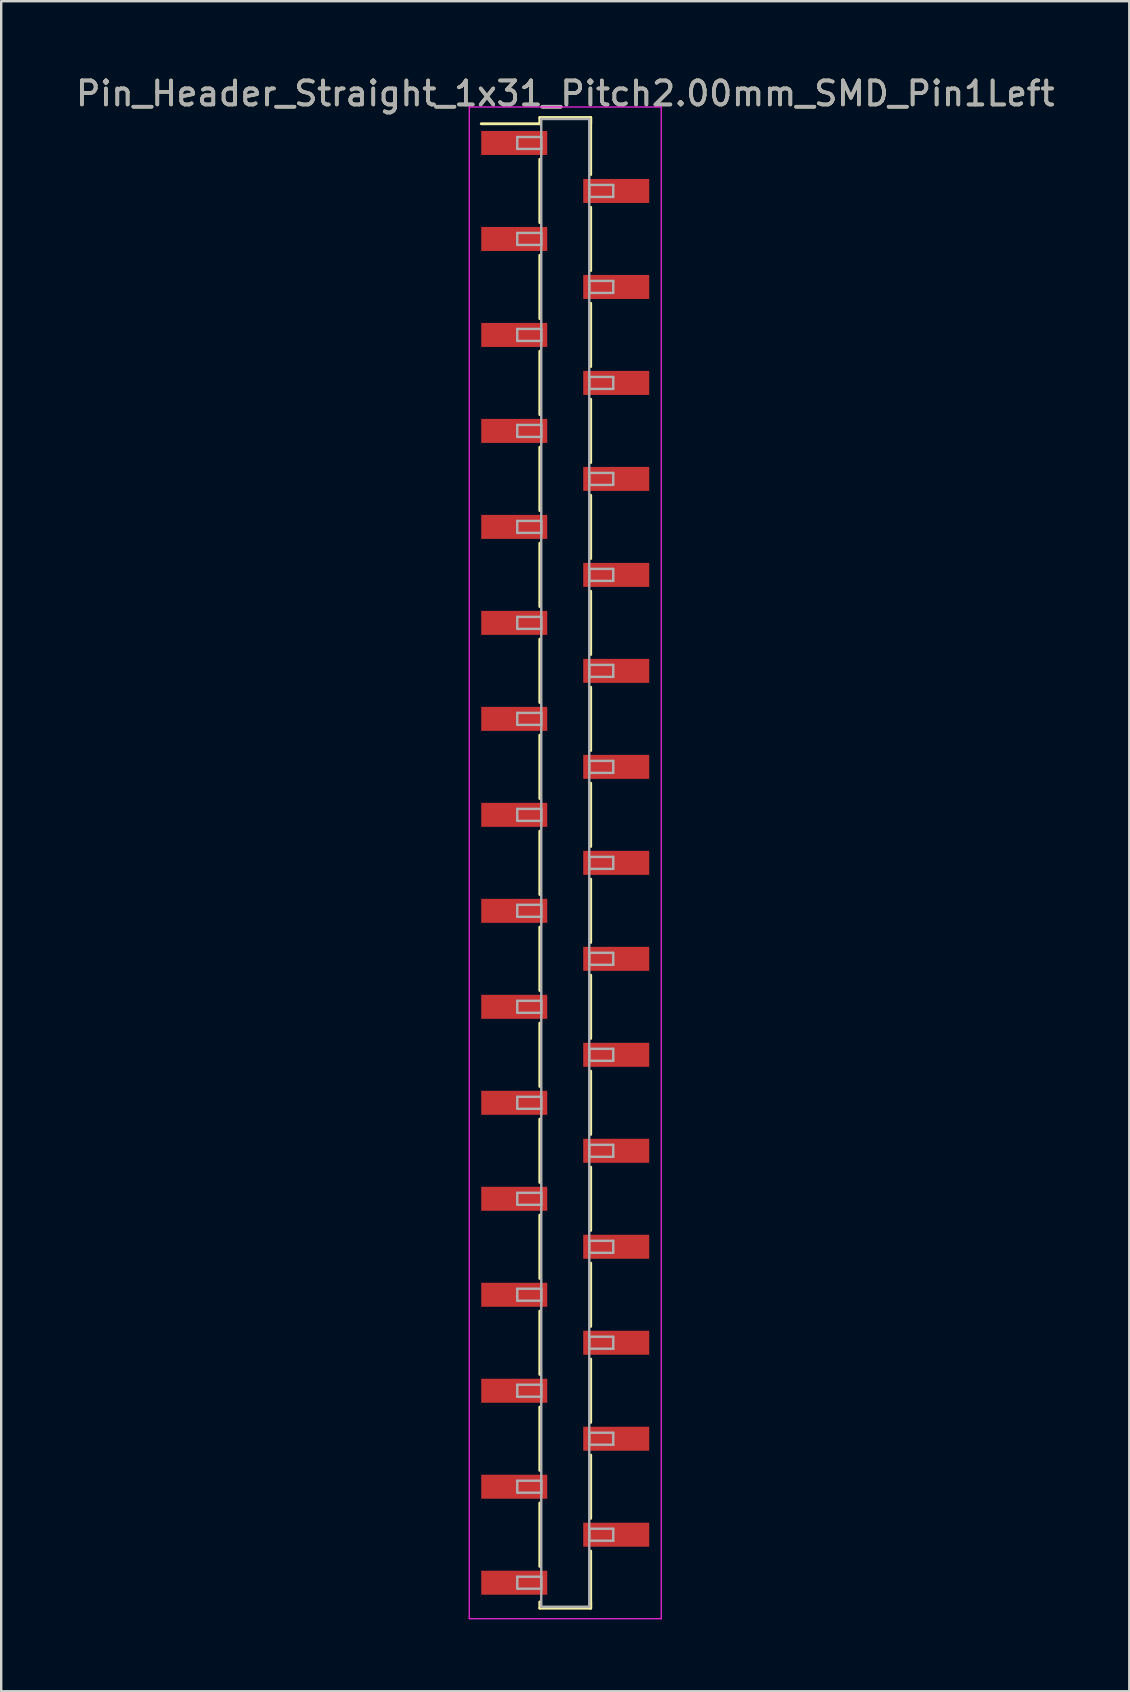
<source format=kicad_pcb>
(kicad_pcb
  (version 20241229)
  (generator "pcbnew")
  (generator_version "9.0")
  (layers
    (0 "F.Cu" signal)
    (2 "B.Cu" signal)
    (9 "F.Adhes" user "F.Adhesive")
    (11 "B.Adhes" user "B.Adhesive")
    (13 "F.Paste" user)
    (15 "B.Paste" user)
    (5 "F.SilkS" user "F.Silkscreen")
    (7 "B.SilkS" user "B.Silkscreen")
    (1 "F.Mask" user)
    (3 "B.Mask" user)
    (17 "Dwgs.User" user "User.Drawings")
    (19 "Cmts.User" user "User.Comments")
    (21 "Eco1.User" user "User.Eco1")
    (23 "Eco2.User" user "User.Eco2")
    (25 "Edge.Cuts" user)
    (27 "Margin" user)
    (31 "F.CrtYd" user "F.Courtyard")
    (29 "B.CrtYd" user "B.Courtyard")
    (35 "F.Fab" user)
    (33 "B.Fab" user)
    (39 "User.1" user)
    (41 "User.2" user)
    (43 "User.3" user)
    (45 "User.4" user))
  (footprint "Pin_Header_Straight_1x31_Pitch2.00mm_SMD_Pin1Left"
    (layer "F.Cu")
    (at 20.506 32.908)
    (property "Reference" "Pin_Header_Straight_1x31_Pitch2.00mm_SMD_Pin1Left" (at 0 -32.06 0) (layer "F.SilkS") (effects (font (size 1 1) (thickness 0.15))))
    (attr smd)
    (fp_line (start -1.06 -31.06) (end 1.06 -31.06) (stroke (width 0.12) (type solid)) (layer "F.SilkS"))
    (fp_line (start -1.06 -30.8) (end -3.5 -30.8) (stroke (width 0.12) (type solid)) (layer "F.SilkS"))
    (fp_line (start -1.06 -30.8) (end -1.06 -31.06) (stroke (width 0.12) (type solid)) (layer "F.SilkS"))
    (fp_line (start -1.06 -29.32) (end -1.06 -26.68) (stroke (width 0.12) (type solid)) (layer "F.SilkS"))
    (fp_line (start -1.06 -25.32) (end -1.06 -22.68) (stroke (width 0.12) (type solid)) (layer "F.SilkS"))
    (fp_line (start -1.06 -21.32) (end -1.06 -18.68) (stroke (width 0.12) (type solid)) (layer "F.SilkS"))
    (fp_line (start -1.06 -17.32) (end -1.06 -14.68) (stroke (width 0.12) (type solid)) (layer "F.SilkS"))
    (fp_line (start -1.06 -13.32) (end -1.06 -10.68) (stroke (width 0.12) (type solid)) (layer "F.SilkS"))
    (fp_line (start -1.06 -9.32) (end -1.06 -6.68) (stroke (width 0.12) (type solid)) (layer "F.SilkS"))
    (fp_line (start -1.06 -5.32) (end -1.06 -2.68) (stroke (width 0.12) (type solid)) (layer "F.SilkS"))
    (fp_line (start -1.06 -1.32) (end -1.06 1.32) (stroke (width 0.12) (type solid)) (layer "F.SilkS"))
    (fp_line (start -1.06 2.68) (end -1.06 5.32) (stroke (width 0.12) (type solid)) (layer "F.SilkS"))
    (fp_line (start -1.06 6.68) (end -1.06 9.32) (stroke (width 0.12) (type solid)) (layer "F.SilkS"))
    (fp_line (start -1.06 10.68) (end -1.06 13.32) (stroke (width 0.12) (type solid)) (layer "F.SilkS"))
    (fp_line (start -1.06 14.68) (end -1.06 17.32) (stroke (width 0.12) (type solid)) (layer "F.SilkS"))
    (fp_line (start -1.06 18.68) (end -1.06 21.32) (stroke (width 0.12) (type solid)) (layer "F.SilkS"))
    (fp_line (start -1.06 22.68) (end -1.06 25.32) (stroke (width 0.12) (type solid)) (layer "F.SilkS"))
    (fp_line (start -1.06 26.68) (end -1.06 29.32) (stroke (width 0.12) (type solid)) (layer "F.SilkS"))
    (fp_line (start -1.06 30.8) (end -1.06 31.06) (stroke (width 0.12) (type solid)) (layer "F.SilkS"))
    (fp_line (start -1.06 31.06) (end 1.06 31.06) (stroke (width 0.12) (type solid)) (layer "F.SilkS"))
    (fp_line (start 1.06 -31.06) (end 1.06 -30.8) (stroke (width 0.12) (type solid)) (layer "F.SilkS"))
    (fp_line (start 1.06 -31.06) (end 1.06 -28.68) (stroke (width 0.12) (type solid)) (layer "F.SilkS"))
    (fp_line (start 1.06 -27.32) (end 1.06 -24.68) (stroke (width 0.12) (type solid)) (layer "F.SilkS"))
    (fp_line (start 1.06 -23.32) (end 1.06 -20.68) (stroke (width 0.12) (type solid)) (layer "F.SilkS"))
    (fp_line (start 1.06 -19.32) (end 1.06 -16.68) (stroke (width 0.12) (type solid)) (layer "F.SilkS"))
    (fp_line (start 1.06 -15.32) (end 1.06 -12.68) (stroke (width 0.12) (type solid)) (layer "F.SilkS"))
    (fp_line (start 1.06 -11.32) (end 1.06 -8.68) (stroke (width 0.12) (type solid)) (layer "F.SilkS"))
    (fp_line (start 1.06 -7.32) (end 1.06 -4.68) (stroke (width 0.12) (type solid)) (layer "F.SilkS"))
    (fp_line (start 1.06 -3.32) (end 1.06 -0.68) (stroke (width 0.12) (type solid)) (layer "F.SilkS"))
    (fp_line (start 1.06 0.68) (end 1.06 3.32) (stroke (width 0.12) (type solid)) (layer "F.SilkS"))
    (fp_line (start 1.06 4.68) (end 1.06 7.32) (stroke (width 0.12) (type solid)) (layer "F.SilkS"))
    (fp_line (start 1.06 8.68) (end 1.06 11.32) (stroke (width 0.12) (type solid)) (layer "F.SilkS"))
    (fp_line (start 1.06 12.68) (end 1.06 15.32) (stroke (width 0.12) (type solid)) (layer "F.SilkS"))
    (fp_line (start 1.06 16.68) (end 1.06 19.32) (stroke (width 0.12) (type solid)) (layer "F.SilkS"))
    (fp_line (start 1.06 20.68) (end 1.06 23.32) (stroke (width 0.12) (type solid)) (layer "F.SilkS"))
    (fp_line (start 1.06 24.68) (end 1.06 27.32) (stroke (width 0.12) (type solid)) (layer "F.SilkS"))
    (fp_line (start 1.06 28.68) (end 1.06 31.06) (stroke (width 0.12) (type solid)) (layer "F.SilkS"))
    (fp_line (start 1.06 31.06) (end 1.06 30.8) (stroke (width 0.12) (type solid)) (layer "F.SilkS"))
    (fp_line (start -4 -31.5) (end -4 31.5) (stroke (width 0.05) (type solid)) (layer "F.CrtYd"))
    (fp_line (start -4 31.5) (end 4 31.5) (stroke (width 0.05) (type solid)) (layer "F.CrtYd"))
    (fp_line (start 4 -31.5) (end -4 -31.5) (stroke (width 0.05) (type solid)) (layer "F.CrtYd"))
    (fp_line (start 4 31.5) (end 4 -31.5) (stroke (width 0.05) (type solid)) (layer "F.CrtYd"))
    (fp_line (start -2 -30.25) (end -1 -30.25) (stroke (width 0.1) (type solid)) (layer "F.Fab"))
    (fp_line (start -2 -29.75) (end -2 -30.25) (stroke (width 0.1) (type solid)) (layer "F.Fab"))
    (fp_line (start -2 -26.25) (end -1 -26.25) (stroke (width 0.1) (type solid)) (layer "F.Fab"))
    (fp_line (start -2 -25.75) (end -2 -26.25) (stroke (width 0.1) (type solid)) (layer "F.Fab"))
    (fp_line (start -2 -22.25) (end -1 -22.25) (stroke (width 0.1) (type solid)) (layer "F.Fab"))
    (fp_line (start -2 -21.75) (end -2 -22.25) (stroke (width 0.1) (type solid)) (layer "F.Fab"))
    (fp_line (start -2 -18.25) (end -1 -18.25) (stroke (width 0.1) (type solid)) (layer "F.Fab"))
    (fp_line (start -2 -17.75) (end -2 -18.25) (stroke (width 0.1) (type solid)) (layer "F.Fab"))
    (fp_line (start -2 -14.25) (end -1 -14.25) (stroke (width 0.1) (type solid)) (layer "F.Fab"))
    (fp_line (start -2 -13.75) (end -2 -14.25) (stroke (width 0.1) (type solid)) (layer "F.Fab"))
    (fp_line (start -2 -10.25) (end -1 -10.25) (stroke (width 0.1) (type solid)) (layer "F.Fab"))
    (fp_line (start -2 -9.75) (end -2 -10.25) (stroke (width 0.1) (type solid)) (layer "F.Fab"))
    (fp_line (start -2 -6.25) (end -1 -6.25) (stroke (width 0.1) (type solid)) (layer "F.Fab"))
    (fp_line (start -2 -5.75) (end -2 -6.25) (stroke (width 0.1) (type solid)) (layer "F.Fab"))
    (fp_line (start -2 -2.25) (end -1 -2.25) (stroke (width 0.1) (type solid)) (layer "F.Fab"))
    (fp_line (start -2 -1.75) (end -2 -2.25) (stroke (width 0.1) (type solid)) (layer "F.Fab"))
    (fp_line (start -2 1.75) (end -1 1.75) (stroke (width 0.1) (type solid)) (layer "F.Fab"))
    (fp_line (start -2 2.25) (end -2 1.75) (stroke (width 0.1) (type solid)) (layer "F.Fab"))
    (fp_line (start -2 5.75) (end -1 5.75) (stroke (width 0.1) (type solid)) (layer "F.Fab"))
    (fp_line (start -2 6.25) (end -2 5.75) (stroke (width 0.1) (type solid)) (layer "F.Fab"))
    (fp_line (start -2 9.75) (end -1 9.75) (stroke (width 0.1) (type solid)) (layer "F.Fab"))
    (fp_line (start -2 10.25) (end -2 9.75) (stroke (width 0.1) (type solid)) (layer "F.Fab"))
    (fp_line (start -2 13.75) (end -1 13.75) (stroke (width 0.1) (type solid)) (layer "F.Fab"))
    (fp_line (start -2 14.25) (end -2 13.75) (stroke (width 0.1) (type solid)) (layer "F.Fab"))
    (fp_line (start -2 17.75) (end -1 17.75) (stroke (width 0.1) (type solid)) (layer "F.Fab"))
    (fp_line (start -2 18.25) (end -2 17.75) (stroke (width 0.1) (type solid)) (layer "F.Fab"))
    (fp_line (start -2 21.75) (end -1 21.75) (stroke (width 0.1) (type solid)) (layer "F.Fab"))
    (fp_line (start -2 22.25) (end -2 21.75) (stroke (width 0.1) (type solid)) (layer "F.Fab"))
    (fp_line (start -2 25.75) (end -1 25.75) (stroke (width 0.1) (type solid)) (layer "F.Fab"))
    (fp_line (start -2 26.25) (end -2 25.75) (stroke (width 0.1) (type solid)) (layer "F.Fab"))
    (fp_line (start -2 29.75) (end -1 29.75) (stroke (width 0.1) (type solid)) (layer "F.Fab"))
    (fp_line (start -2 30.25) (end -2 29.75) (stroke (width 0.1) (type solid)) (layer "F.Fab"))
    (fp_line (start -1 -31) (end -1 31) (stroke (width 0.1) (type solid)) (layer "F.Fab"))
    (fp_line (start -1 -30.25) (end -1 -29.75) (stroke (width 0.1) (type solid)) (layer "F.Fab"))
    (fp_line (start -1 -29.75) (end -2 -29.75) (stroke (width 0.1) (type solid)) (layer "F.Fab"))
    (fp_line (start -1 -26.25) (end -1 -25.75) (stroke (width 0.1) (type solid)) (layer "F.Fab"))
    (fp_line (start -1 -25.75) (end -2 -25.75) (stroke (width 0.1) (type solid)) (layer "F.Fab"))
    (fp_line (start -1 -22.25) (end -1 -21.75) (stroke (width 0.1) (type solid)) (layer "F.Fab"))
    (fp_line (start -1 -21.75) (end -2 -21.75) (stroke (width 0.1) (type solid)) (layer "F.Fab"))
    (fp_line (start -1 -18.25) (end -1 -17.75) (stroke (width 0.1) (type solid)) (layer "F.Fab"))
    (fp_line (start -1 -17.75) (end -2 -17.75) (stroke (width 0.1) (type solid)) (layer "F.Fab"))
    (fp_line (start -1 -14.25) (end -1 -13.75) (stroke (width 0.1) (type solid)) (layer "F.Fab"))
    (fp_line (start -1 -13.75) (end -2 -13.75) (stroke (width 0.1) (type solid)) (layer "F.Fab"))
    (fp_line (start -1 -10.25) (end -1 -9.75) (stroke (width 0.1) (type solid)) (layer "F.Fab"))
    (fp_line (start -1 -9.75) (end -2 -9.75) (stroke (width 0.1) (type solid)) (layer "F.Fab"))
    (fp_line (start -1 -6.25) (end -1 -5.75) (stroke (width 0.1) (type solid)) (layer "F.Fab"))
    (fp_line (start -1 -5.75) (end -2 -5.75) (stroke (width 0.1) (type solid)) (layer "F.Fab"))
    (fp_line (start -1 -2.25) (end -1 -1.75) (stroke (width 0.1) (type solid)) (layer "F.Fab"))
    (fp_line (start -1 -1.75) (end -2 -1.75) (stroke (width 0.1) (type solid)) (layer "F.Fab"))
    (fp_line (start -1 1.75) (end -1 2.25) (stroke (width 0.1) (type solid)) (layer "F.Fab"))
    (fp_line (start -1 2.25) (end -2 2.25) (stroke (width 0.1) (type solid)) (layer "F.Fab"))
    (fp_line (start -1 5.75) (end -1 6.25) (stroke (width 0.1) (type solid)) (layer "F.Fab"))
    (fp_line (start -1 6.25) (end -2 6.25) (stroke (width 0.1) (type solid)) (layer "F.Fab"))
    (fp_line (start -1 9.75) (end -1 10.25) (stroke (width 0.1) (type solid)) (layer "F.Fab"))
    (fp_line (start -1 10.25) (end -2 10.25) (stroke (width 0.1) (type solid)) (layer "F.Fab"))
    (fp_line (start -1 13.75) (end -1 14.25) (stroke (width 0.1) (type solid)) (layer "F.Fab"))
    (fp_line (start -1 14.25) (end -2 14.25) (stroke (width 0.1) (type solid)) (layer "F.Fab"))
    (fp_line (start -1 17.75) (end -1 18.25) (stroke (width 0.1) (type solid)) (layer "F.Fab"))
    (fp_line (start -1 18.25) (end -2 18.25) (stroke (width 0.1) (type solid)) (layer "F.Fab"))
    (fp_line (start -1 21.75) (end -1 22.25) (stroke (width 0.1) (type solid)) (layer "F.Fab"))
    (fp_line (start -1 22.25) (end -2 22.25) (stroke (width 0.1) (type solid)) (layer "F.Fab"))
    (fp_line (start -1 25.75) (end -1 26.25) (stroke (width 0.1) (type solid)) (layer "F.Fab"))
    (fp_line (start -1 26.25) (end -2 26.25) (stroke (width 0.1) (type solid)) (layer "F.Fab"))
    (fp_line (start -1 29.75) (end -1 30.25) (stroke (width 0.1) (type solid)) (layer "F.Fab"))
    (fp_line (start -1 30.25) (end -2 30.25) (stroke (width 0.1) (type solid)) (layer "F.Fab"))
    (fp_line (start -1 31) (end 1 31) (stroke (width 0.1) (type solid)) (layer "F.Fab"))
    (fp_line (start 1 -31) (end -1 -31) (stroke (width 0.1) (type solid)) (layer "F.Fab"))
    (fp_line (start 1 -28.25) (end 1 -27.75) (stroke (width 0.1) (type solid)) (layer "F.Fab"))
    (fp_line (start 1 -27.75) (end 2 -27.75) (stroke (width 0.1) (type solid)) (layer "F.Fab"))
    (fp_line (start 1 -24.25) (end 1 -23.75) (stroke (width 0.1) (type solid)) (layer "F.Fab"))
    (fp_line (start 1 -23.75) (end 2 -23.75) (stroke (width 0.1) (type solid)) (layer "F.Fab"))
    (fp_line (start 1 -20.25) (end 1 -19.75) (stroke (width 0.1) (type solid)) (layer "F.Fab"))
    (fp_line (start 1 -19.75) (end 2 -19.75) (stroke (width 0.1) (type solid)) (layer "F.Fab"))
    (fp_line (start 1 -16.25) (end 1 -15.75) (stroke (width 0.1) (type solid)) (layer "F.Fab"))
    (fp_line (start 1 -15.75) (end 2 -15.75) (stroke (width 0.1) (type solid)) (layer "F.Fab"))
    (fp_line (start 1 -12.25) (end 1 -11.75) (stroke (width 0.1) (type solid)) (layer "F.Fab"))
    (fp_line (start 1 -11.75) (end 2 -11.75) (stroke (width 0.1) (type solid)) (layer "F.Fab"))
    (fp_line (start 1 -8.25) (end 1 -7.75) (stroke (width 0.1) (type solid)) (layer "F.Fab"))
    (fp_line (start 1 -7.75) (end 2 -7.75) (stroke (width 0.1) (type solid)) (layer "F.Fab"))
    (fp_line (start 1 -4.25) (end 1 -3.75) (stroke (width 0.1) (type solid)) (layer "F.Fab"))
    (fp_line (start 1 -3.75) (end 2 -3.75) (stroke (width 0.1) (type solid)) (layer "F.Fab"))
    (fp_line (start 1 -0.25) (end 1 0.25) (stroke (width 0.1) (type solid)) (layer "F.Fab"))
    (fp_line (start 1 0.25) (end 2 0.25) (stroke (width 0.1) (type solid)) (layer "F.Fab"))
    (fp_line (start 1 3.75) (end 1 4.25) (stroke (width 0.1) (type solid)) (layer "F.Fab"))
    (fp_line (start 1 4.25) (end 2 4.25) (stroke (width 0.1) (type solid)) (layer "F.Fab"))
    (fp_line (start 1 7.75) (end 1 8.25) (stroke (width 0.1) (type solid)) (layer "F.Fab"))
    (fp_line (start 1 8.25) (end 2 8.25) (stroke (width 0.1) (type solid)) (layer "F.Fab"))
    (fp_line (start 1 11.75) (end 1 12.25) (stroke (width 0.1) (type solid)) (layer "F.Fab"))
    (fp_line (start 1 12.25) (end 2 12.25) (stroke (width 0.1) (type solid)) (layer "F.Fab"))
    (fp_line (start 1 15.75) (end 1 16.25) (stroke (width 0.1) (type solid)) (layer "F.Fab"))
    (fp_line (start 1 16.25) (end 2 16.25) (stroke (width 0.1) (type solid)) (layer "F.Fab"))
    (fp_line (start 1 19.75) (end 1 20.25) (stroke (width 0.1) (type solid)) (layer "F.Fab"))
    (fp_line (start 1 20.25) (end 2 20.25) (stroke (width 0.1) (type solid)) (layer "F.Fab"))
    (fp_line (start 1 23.75) (end 1 24.25) (stroke (width 0.1) (type solid)) (layer "F.Fab"))
    (fp_line (start 1 24.25) (end 2 24.25) (stroke (width 0.1) (type solid)) (layer "F.Fab"))
    (fp_line (start 1 27.75) (end 1 28.25) (stroke (width 0.1) (type solid)) (layer "F.Fab"))
    (fp_line (start 1 28.25) (end 2 28.25) (stroke (width 0.1) (type solid)) (layer "F.Fab"))
    (fp_line (start 1 31) (end 1 -31) (stroke (width 0.1) (type solid)) (layer "F.Fab"))
    (fp_line (start 2 -28.25) (end 1 -28.25) (stroke (width 0.1) (type solid)) (layer "F.Fab"))
    (fp_line (start 2 -27.75) (end 2 -28.25) (stroke (width 0.1) (type solid)) (layer "F.Fab"))
    (fp_line (start 2 -24.25) (end 1 -24.25) (stroke (width 0.1) (type solid)) (layer "F.Fab"))
    (fp_line (start 2 -23.75) (end 2 -24.25) (stroke (width 0.1) (type solid)) (layer "F.Fab"))
    (fp_line (start 2 -20.25) (end 1 -20.25) (stroke (width 0.1) (type solid)) (layer "F.Fab"))
    (fp_line (start 2 -19.75) (end 2 -20.25) (stroke (width 0.1) (type solid)) (layer "F.Fab"))
    (fp_line (start 2 -16.25) (end 1 -16.25) (stroke (width 0.1) (type solid)) (layer "F.Fab"))
    (fp_line (start 2 -15.75) (end 2 -16.25) (stroke (width 0.1) (type solid)) (layer "F.Fab"))
    (fp_line (start 2 -12.25) (end 1 -12.25) (stroke (width 0.1) (type solid)) (layer "F.Fab"))
    (fp_line (start 2 -11.75) (end 2 -12.25) (stroke (width 0.1) (type solid)) (layer "F.Fab"))
    (fp_line (start 2 -8.25) (end 1 -8.25) (stroke (width 0.1) (type solid)) (layer "F.Fab"))
    (fp_line (start 2 -7.75) (end 2 -8.25) (stroke (width 0.1) (type solid)) (layer "F.Fab"))
    (fp_line (start 2 -4.25) (end 1 -4.25) (stroke (width 0.1) (type solid)) (layer "F.Fab"))
    (fp_line (start 2 -3.75) (end 2 -4.25) (stroke (width 0.1) (type solid)) (layer "F.Fab"))
    (fp_line (start 2 -0.25) (end 1 -0.25) (stroke (width 0.1) (type solid)) (layer "F.Fab"))
    (fp_line (start 2 0.25) (end 2 -0.25) (stroke (width 0.1) (type solid)) (layer "F.Fab"))
    (fp_line (start 2 3.75) (end 1 3.75) (stroke (width 0.1) (type solid)) (layer "F.Fab"))
    (fp_line (start 2 4.25) (end 2 3.75) (stroke (width 0.1) (type solid)) (layer "F.Fab"))
    (fp_line (start 2 7.75) (end 1 7.75) (stroke (width 0.1) (type solid)) (layer "F.Fab"))
    (fp_line (start 2 8.25) (end 2 7.75) (stroke (width 0.1) (type solid)) (layer "F.Fab"))
    (fp_line (start 2 11.75) (end 1 11.75) (stroke (width 0.1) (type solid)) (layer "F.Fab"))
    (fp_line (start 2 12.25) (end 2 11.75) (stroke (width 0.1) (type solid)) (layer "F.Fab"))
    (fp_line (start 2 15.75) (end 1 15.75) (stroke (width 0.1) (type solid)) (layer "F.Fab"))
    (fp_line (start 2 16.25) (end 2 15.75) (stroke (width 0.1) (type solid)) (layer "F.Fab"))
    (fp_line (start 2 19.75) (end 1 19.75) (stroke (width 0.1) (type solid)) (layer "F.Fab"))
    (fp_line (start 2 20.25) (end 2 19.75) (stroke (width 0.1) (type solid)) (layer "F.Fab"))
    (fp_line (start 2 23.75) (end 1 23.75) (stroke (width 0.1) (type solid)) (layer "F.Fab"))
    (fp_line (start 2 24.25) (end 2 23.75) (stroke (width 0.1) (type solid)) (layer "F.Fab"))
    (fp_line (start 2 27.75) (end 1 27.75) (stroke (width 0.1) (type solid)) (layer "F.Fab"))
    (fp_line (start 2 28.25) (end 2 27.75) (stroke (width 0.1) (type solid)) (layer "F.Fab"))
    (fp_text user "${REFERENCE}" (at 0 -32.06 0) (layer "F.Fab") (effects (font (size 1 1) (thickness 0.15))))
    (pad "1" smd rect (at -2.125 -30) (size 2.75 1) (layers "F.Cu" "F.Mask" "F.Paste"))
    (pad "2" smd rect (at 2.125 -28) (size 2.75 1) (layers "F.Cu" "F.Mask" "F.Paste"))
    (pad "3" smd rect (at -2.125 -26) (size 2.75 1) (layers "F.Cu" "F.Mask" "F.Paste"))
    (pad "4" smd rect (at 2.125 -24) (size 2.75 1) (layers "F.Cu" "F.Mask" "F.Paste"))
    (pad "5" smd rect (at -2.125 -22) (size 2.75 1) (layers "F.Cu" "F.Mask" "F.Paste"))
    (pad "6" smd rect (at 2.125 -20) (size 2.75 1) (layers "F.Cu" "F.Mask" "F.Paste"))
    (pad "7" smd rect (at -2.125 -18) (size 2.75 1) (layers "F.Cu" "F.Mask" "F.Paste"))
    (pad "8" smd rect (at 2.125 -16) (size 2.75 1) (layers "F.Cu" "F.Mask" "F.Paste"))
    (pad "9" smd rect (at -2.125 -14) (size 2.75 1) (layers "F.Cu" "F.Mask" "F.Paste"))
    (pad "10" smd rect (at 2.125 -12) (size 2.75 1) (layers "F.Cu" "F.Mask" "F.Paste"))
    (pad "11" smd rect (at -2.125 -10) (size 2.75 1) (layers "F.Cu" "F.Mask" "F.Paste"))
    (pad "12" smd rect (at 2.125 -8) (size 2.75 1) (layers "F.Cu" "F.Mask" "F.Paste"))
    (pad "13" smd rect (at -2.125 -6) (size 2.75 1) (layers "F.Cu" "F.Mask" "F.Paste"))
    (pad "14" smd rect (at 2.125 -4) (size 2.75 1) (layers "F.Cu" "F.Mask" "F.Paste"))
    (pad "15" smd rect (at -2.125 -2) (size 2.75 1) (layers "F.Cu" "F.Mask" "F.Paste"))
    (pad "16" smd rect (at 2.125 0) (size 2.75 1) (layers "F.Cu" "F.Mask" "F.Paste"))
    (pad "17" smd rect (at -2.125 2) (size 2.75 1) (layers "F.Cu" "F.Mask" "F.Paste"))
    (pad "18" smd rect (at 2.125 4) (size 2.75 1) (layers "F.Cu" "F.Mask" "F.Paste"))
    (pad "19" smd rect (at -2.125 6) (size 2.75 1) (layers "F.Cu" "F.Mask" "F.Paste"))
    (pad "20" smd rect (at 2.125 8) (size 2.75 1) (layers "F.Cu" "F.Mask" "F.Paste"))
    (pad "21" smd rect (at -2.125 10) (size 2.75 1) (layers "F.Cu" "F.Mask" "F.Paste"))
    (pad "22" smd rect (at 2.125 12) (size 2.75 1) (layers "F.Cu" "F.Mask" "F.Paste"))
    (pad "23" smd rect (at -2.125 14) (size 2.75 1) (layers "F.Cu" "F.Mask" "F.Paste"))
    (pad "24" smd rect (at 2.125 16) (size 2.75 1) (layers "F.Cu" "F.Mask" "F.Paste"))
    (pad "25" smd rect (at -2.125 18) (size 2.75 1) (layers "F.Cu" "F.Mask" "F.Paste"))
    (pad "26" smd rect (at 2.125 20) (size 2.75 1) (layers "F.Cu" "F.Mask" "F.Paste"))
    (pad "27" smd rect (at -2.125 22) (size 2.75 1) (layers "F.Cu" "F.Mask" "F.Paste"))
    (pad "28" smd rect (at 2.125 24) (size 2.75 1) (layers "F.Cu" "F.Mask" "F.Paste"))
    (pad "29" smd rect (at -2.125 26) (size 2.75 1) (layers "F.Cu" "F.Mask" "F.Paste"))
    (pad "30" smd rect (at 2.125 28) (size 2.75 1) (layers "F.Cu" "F.Mask" "F.Paste"))
    (pad "31" smd rect (at -2.125 30) (size 2.75 1) (layers "F.Cu" "F.Mask" "F.Paste")))
  (gr_rect
    (start -3 -3)
    (end 44.012 67.433)
    (stroke (width 0.1) (type default))
    (fill no)
    (layer "Edge.Cuts")))
</source>
